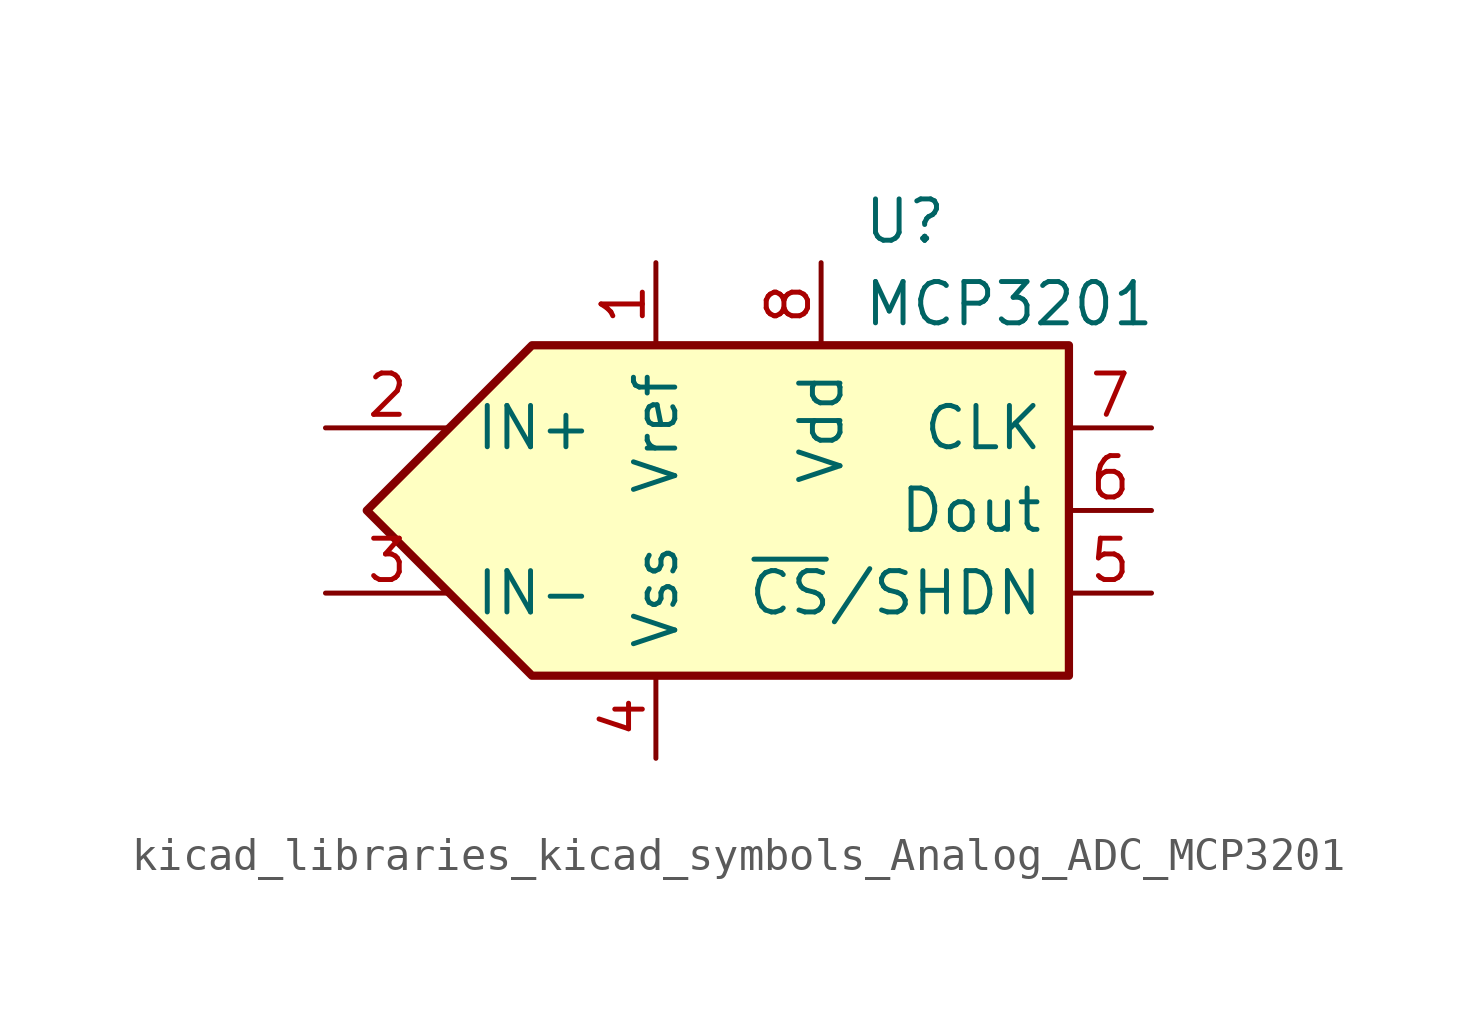
<source format=kicad_sym>
(kicad_symbol_lib
  (version 20220914)
  (generator kicad_symbol_editor)
  (symbol "kicad_libraries_kicad_symbols_Analog_ADC_MCP3201"
    (pin_names
      (offset 0.762))
    (property "Reference" "U"
      (at 3.81 8.89 0)
      (effects (font (size 1.27 1.27)) (justify left)))
    (property "Value" "MCP3201"
      (at 3.81 6.35 0)
      (effects (font (size 1.27 1.27)) (justify left)))
    (symbol "kicad_libraries_kicad_symbols_Analog_ADC_MCP3201_0_0"
      (polyline (pts (xy -11.43 0) (xy -6.35 5.08) (xy 10.16 5.08) (xy 10.16 -5.08) (xy -6.35 -5.08) (xy -11.43 0)) (stroke (width 0.254) (type default)) (fill (type background))))
    (symbol "kicad_libraries_kicad_symbols_Analog_ADC_MCP3201_1_1"
      (pin power_in line (at -2.54 7.62 270) (length 2.54) (name "Vref" (effects (font (size 1.27 1.27)))) (number "1" (effects (font (size 1.27 1.27)))))
      (pin input line (at -12.7 2.54 0) (length 3.81) (name "IN+" (effects (font (size 1.27 1.27)))) (number "2" (effects (font (size 1.27 1.27)))))
      (pin input line (at -12.7 -2.54 0) (length 3.81) (name "IN-" (effects (font (size 1.27 1.27)))) (number "3" (effects (font (size 1.27 1.27)))))
      (pin power_in line (at -2.54 -7.62 90) (length 2.54) (name "Vss" (effects (font (size 1.27 1.27)))) (number "4" (effects (font (size 1.27 1.27)))))
      (pin input line (at 12.7 -2.54 180) (length 2.54) (name "~{CS}/SHDN" (effects (font (size 1.27 1.27)))) (number "5" (effects (font (size 1.27 1.27)))))
      (pin output line (at 12.7 0 180) (length 2.54) (name "Dout" (effects (font (size 1.27 1.27)))) (number "6" (effects (font (size 1.27 1.27)))))
      (pin input line (at 12.7 2.54 180) (length 2.54) (name "CLK" (effects (font (size 1.27 1.27)))) (number "7" (effects (font (size 1.27 1.27)))))
      (pin power_in line (at 2.54 7.62 270) (length 2.54) (name "Vdd" (effects (font (size 1.27 1.27)))) (number "8" (effects (font (size 1.27 1.27))))))))
</source>
